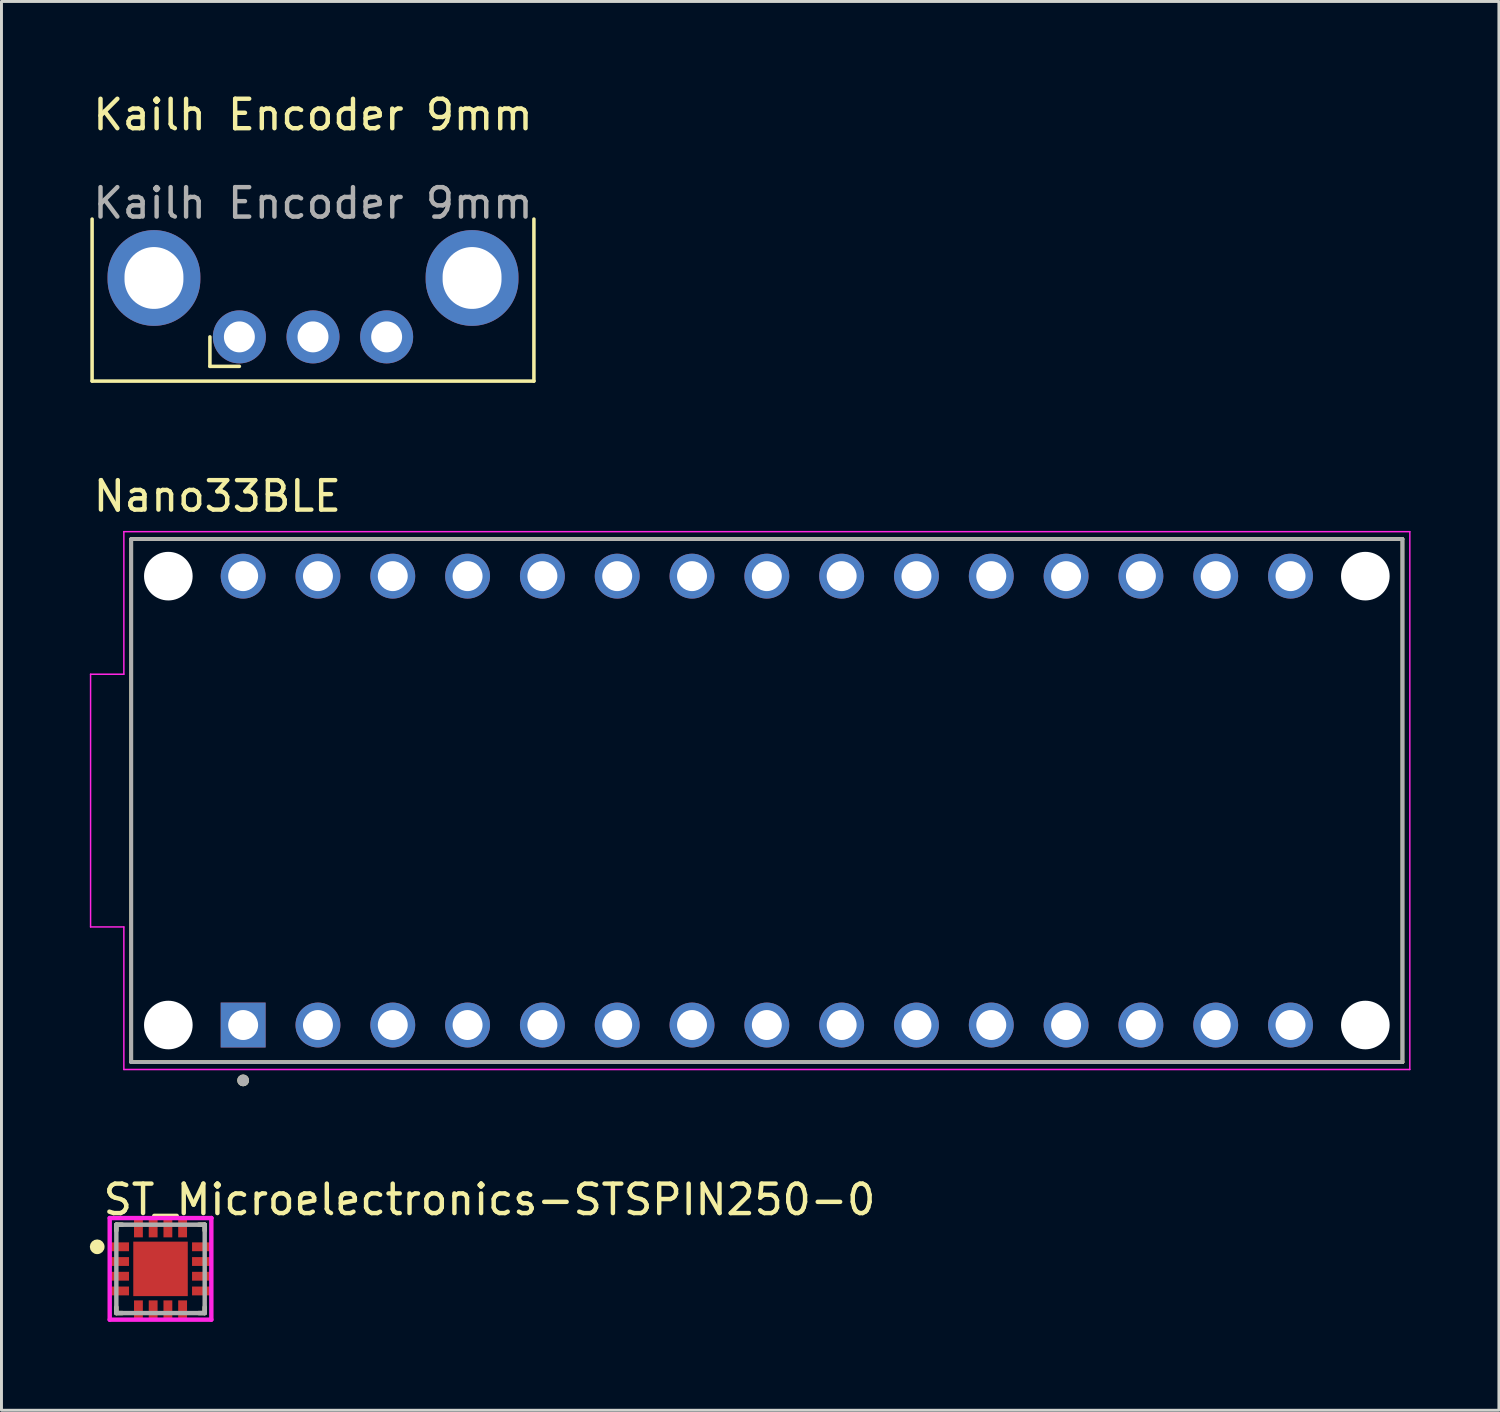
<source format=kicad_pcb>
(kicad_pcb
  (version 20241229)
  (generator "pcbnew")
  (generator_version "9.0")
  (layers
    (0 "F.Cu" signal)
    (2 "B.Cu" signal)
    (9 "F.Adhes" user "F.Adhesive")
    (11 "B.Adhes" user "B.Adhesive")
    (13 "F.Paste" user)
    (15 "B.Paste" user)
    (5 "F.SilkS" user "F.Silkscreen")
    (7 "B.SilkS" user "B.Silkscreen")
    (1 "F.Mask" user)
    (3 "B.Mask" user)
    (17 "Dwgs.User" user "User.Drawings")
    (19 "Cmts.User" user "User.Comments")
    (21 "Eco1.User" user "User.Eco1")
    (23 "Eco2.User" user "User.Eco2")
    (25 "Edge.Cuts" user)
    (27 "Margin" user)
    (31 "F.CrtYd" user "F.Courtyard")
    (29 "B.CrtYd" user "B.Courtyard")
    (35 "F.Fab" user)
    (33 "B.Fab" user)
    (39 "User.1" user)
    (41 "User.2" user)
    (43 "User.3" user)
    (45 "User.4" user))
  (footprint "Kailh Encoder 9mm"
    (layer "F.Cu")
    (at 7.577 6.388)
    (property "Reference" "Kailh Encoder 9mm" (at 0 -5.54 0) (unlocked yes) (layer "F.SilkS") (effects (font (size 1 1) (thickness 0.15))))
    (attr through_hole)
    (fp_line (start -7.5 -2) (end -7.5 3.5) (stroke (width 0.12) (type solid)) (layer "F.SilkS"))
    (fp_line (start -7.5 3.5) (end 7.5 3.5) (stroke (width 0.12) (type solid)) (layer "F.SilkS"))
    (fp_line (start -3.5 2) (end -3.5 3) (stroke (width 0.12) (type solid)) (layer "F.SilkS"))
    (fp_line (start -3.5 3) (end -2.5 3) (stroke (width 0.12) (type solid)) (layer "F.SilkS"))
    (fp_line (start 7.5 3.5) (end 7.5 -2) (stroke (width 0.12) (type solid)) (layer "F.SilkS"))
    (fp_text user "${REFERENCE}" (at 0 -2.54 0) (unlocked yes) (layer "F.Fab") (effects (font (size 1 1) (thickness 0.15))))
    (pad "1" thru_hole circle (at -2.5 2) (size 1.8 1.8) (drill 1.05) (layers "*.Cu" "*.Mask"))
    (pad "2" thru_hole circle (at 0 2) (size 1.8 1.8) (drill 1.05) (layers "*.Cu" "*.Mask"))
    (pad "3" thru_hole circle (at 2.5 2) (size 1.8 1.8) (drill 1.05) (layers "*.Cu" "*.Mask"))
    (pad "4" thru_hole oval (at -5.4 0) (size 3.15 3.25) (drill oval 2 2.1) (layers "*.Cu" "*.Mask"))
    (pad "4" thru_hole oval (at 5.4 0) (size 3.15 3.25) (drill oval 2 2.1) (layers "*.Cu" "*.Mask")))
  (footprint "Nano33BLE"
    (layer "F.Cu")
    (at 22.985 24.131)
    (property "Reference" "Nano33BLE" (at -18.655 -10.335 0) (layer "F.SilkS") (effects (font (size 1 1) (thickness 0.15))))
    (attr through_hole)
    (fp_line (start -21.58 -8.88) (end 21.58 -8.88) (stroke (width 0.127) (type solid)) (layer "F.SilkS"))
    (fp_line (start -21.58 8.88) (end -21.58 -8.88) (stroke (width 0.127) (type solid)) (layer "F.SilkS"))
    (fp_line (start 21.58 -8.88) (end 21.58 8.88) (stroke (width 0.127) (type solid)) (layer "F.SilkS"))
    (fp_line (start 21.58 8.88) (end -21.58 8.88) (stroke (width 0.127) (type solid)) (layer "F.SilkS"))
    (fp_circle (center -17.78 9.5) (end -17.68 9.5) (stroke (width 0.2) (type solid)) (fill no) (layer "F.SilkS"))
    (fp_line (start -22.96 -4.29) (end -21.83 -4.29) (stroke (width 0.05) (type solid)) (layer "F.CrtYd"))
    (fp_line (start -22.96 4.29) (end -22.96 -4.29) (stroke (width 0.05) (type solid)) (layer "F.CrtYd"))
    (fp_line (start -21.83 -9.13) (end 21.83 -9.13) (stroke (width 0.05) (type solid)) (layer "F.CrtYd"))
    (fp_line (start -21.83 -4.29) (end -21.83 -9.13) (stroke (width 0.05) (type solid)) (layer "F.CrtYd"))
    (fp_line (start -21.83 4.29) (end -22.96 4.29) (stroke (width 0.05) (type solid)) (layer "F.CrtYd"))
    (fp_line (start -21.83 9.13) (end -21.83 4.29) (stroke (width 0.05) (type solid)) (layer "F.CrtYd"))
    (fp_line (start 21.83 -9.13) (end 21.83 9.13) (stroke (width 0.05) (type solid)) (layer "F.CrtYd"))
    (fp_line (start 21.83 9.13) (end -21.83 9.13) (stroke (width 0.05) (type solid)) (layer "F.CrtYd"))
    (fp_line (start -21.58 -8.88) (end 21.58 -8.88) (stroke (width 0.127) (type solid)) (layer "F.Fab"))
    (fp_line (start -21.58 8.88) (end -21.58 -8.88) (stroke (width 0.127) (type solid)) (layer "F.Fab"))
    (fp_line (start 21.58 -8.88) (end 21.58 8.88) (stroke (width 0.127) (type solid)) (layer "F.Fab"))
    (fp_line (start 21.58 8.88) (end -21.58 8.88) (stroke (width 0.127) (type solid)) (layer "F.Fab"))
    (fp_circle (center -17.78 9.5) (end -17.68 9.5) (stroke (width 0.2) (type solid)) (fill no) (layer "F.Fab"))
    (pad "" np_thru_hole circle (at -20.32 -7.62) (size 1.65 1.65) (drill 1.65) (layers "*.Cu" "*.Mask"))
    (pad "" np_thru_hole circle (at -20.32 7.62) (size 1.65 1.65) (drill 1.65) (layers "*.Cu" "*.Mask"))
    (pad "" np_thru_hole circle (at 20.32 -7.62) (size 1.65 1.65) (drill 1.65) (layers "*.Cu" "*.Mask"))
    (pad "" np_thru_hole circle (at 20.32 7.62) (size 1.65 1.65) (drill 1.65) (layers "*.Cu" "*.Mask"))
    (pad "1" thru_hole rect (at -17.78 7.62) (size 1.524 1.524) (drill 1.016) (layers "*.Cu" "*.Mask"))
    (pad "2" thru_hole circle (at -15.24 7.62) (size 1.524 1.524) (drill 1.016) (layers "*.Cu" "*.Mask"))
    (pad "3" thru_hole circle (at -12.7 7.62) (size 1.524 1.524) (drill 1.016) (layers "*.Cu" "*.Mask"))
    (pad "4" thru_hole circle (at -10.16 7.62) (size 1.524 1.524) (drill 1.016) (layers "*.Cu" "*.Mask"))
    (pad "5" thru_hole circle (at -7.62 7.62) (size 1.524 1.524) (drill 1.016) (layers "*.Cu" "*.Mask"))
    (pad "6" thru_hole circle (at -5.08 7.62) (size 1.524 1.524) (drill 1.016) (layers "*.Cu" "*.Mask"))
    (pad "7" thru_hole circle (at -2.54 7.62) (size 1.524 1.524) (drill 1.016) (layers "*.Cu" "*.Mask"))
    (pad "8" thru_hole circle (at 0 7.62) (size 1.524 1.524) (drill 1.016) (layers "*.Cu" "*.Mask"))
    (pad "9" thru_hole circle (at 2.54 7.62) (size 1.524 1.524) (drill 1.016) (layers "*.Cu" "*.Mask"))
    (pad "10" thru_hole circle (at 5.08 7.62) (size 1.524 1.524) (drill 1.016) (layers "*.Cu" "*.Mask"))
    (pad "11" thru_hole circle (at 7.62 7.62) (size 1.524 1.524) (drill 1.016) (layers "*.Cu" "*.Mask"))
    (pad "12" thru_hole circle (at 10.16 7.62) (size 1.524 1.524) (drill 1.016) (layers "*.Cu" "*.Mask"))
    (pad "13" thru_hole circle (at 12.7 7.62) (size 1.524 1.524) (drill 1.016) (layers "*.Cu" "*.Mask"))
    (pad "14" thru_hole circle (at 15.24 7.62) (size 1.524 1.524) (drill 1.016) (layers "*.Cu" "*.Mask"))
    (pad "15" thru_hole circle (at 17.78 7.62) (size 1.524 1.524) (drill 1.016) (layers "*.Cu" "*.Mask"))
    (pad "16" thru_hole circle (at 17.78 -7.62) (size 1.524 1.524) (drill 1.016) (layers "*.Cu" "*.Mask"))
    (pad "17" thru_hole circle (at 15.24 -7.62) (size 1.524 1.524) (drill 1.016) (layers "*.Cu" "*.Mask"))
    (pad "18" thru_hole circle (at 12.7 -7.62) (size 1.524 1.524) (drill 1.016) (layers "*.Cu" "*.Mask"))
    (pad "19" thru_hole circle (at 10.16 -7.62) (size 1.524 1.524) (drill 1.016) (layers "*.Cu" "*.Mask"))
    (pad "20" thru_hole circle (at 7.62 -7.62) (size 1.524 1.524) (drill 1.016) (layers "*.Cu" "*.Mask"))
    (pad "21" thru_hole circle (at 5.08 -7.62) (size 1.524 1.524) (drill 1.016) (layers "*.Cu" "*.Mask"))
    (pad "22" thru_hole circle (at 2.54 -7.62) (size 1.524 1.524) (drill 1.016) (layers "*.Cu" "*.Mask"))
    (pad "23" thru_hole circle (at 0 -7.62) (size 1.524 1.524) (drill 1.016) (layers "*.Cu" "*.Mask"))
    (pad "24" thru_hole circle (at -2.54 -7.62) (size 1.524 1.524) (drill 1.016) (layers "*.Cu" "*.Mask"))
    (pad "25" thru_hole circle (at -5.08 -7.62) (size 1.524 1.524) (drill 1.016) (layers "*.Cu" "*.Mask"))
    (pad "26" thru_hole circle (at -7.62 -7.62) (size 1.524 1.524) (drill 1.016) (layers "*.Cu" "*.Mask"))
    (pad "27" thru_hole circle (at -10.16 -7.62) (size 1.524 1.524) (drill 1.016) (layers "*.Cu" "*.Mask"))
    (pad "28" thru_hole circle (at -12.7 -7.62) (size 1.524 1.524) (drill 1.016) (layers "*.Cu" "*.Mask"))
    (pad "29" thru_hole circle (at -15.24 -7.62) (size 1.524 1.524) (drill 1.016) (layers "*.Cu" "*.Mask"))
    (pad "30" thru_hole circle (at -17.78 -7.62) (size 1.524 1.524) (drill 1.016) (layers "*.Cu" "*.Mask")))
  (footprint "ST_Microelectronics-STSPIN250-0"
    (layer "F.Cu")
    (at 2.4 40.03)
    (property "Reference" "ST_Microelectronics-STSPIN250-0" (at -2.025 -2.35 0) (layer "F.SilkS") (effects (font (size 1 1) (thickness 0.15)) (justify left)))
    (attr smd)
    (fp_line (start -1.5 -1.3) (end -1.5 -1.5) (stroke (width 0.15) (type solid)) (layer "F.SilkS"))
    (fp_line (start -1.5 1.3) (end -1.5 1.5) (stroke (width 0.15) (type solid)) (layer "F.SilkS"))
    (fp_line (start -1.3 -1.5) (end -1.5 -1.5) (stroke (width 0.15) (type solid)) (layer "F.SilkS"))
    (fp_line (start -1.3 1.5) (end -1.5 1.5) (stroke (width 0.15) (type solid)) (layer "F.SilkS"))
    (fp_line (start 1.3 -1.5) (end 1.5 -1.5) (stroke (width 0.15) (type solid)) (layer "F.SilkS"))
    (fp_line (start 1.3 1.5) (end 1.5 1.5) (stroke (width 0.15) (type solid)) (layer "F.SilkS"))
    (fp_line (start 1.5 -1.3) (end 1.5 -1.5) (stroke (width 0.15) (type solid)) (layer "F.SilkS"))
    (fp_line (start 1.5 1.3) (end 1.5 1.5) (stroke (width 0.15) (type solid)) (layer "F.SilkS"))
    (fp_circle (center -2.15 -0.75) (end -2.025 -0.75) (stroke (width 0.25) (type solid)) (fill no) (layer "F.SilkS"))
    (fp_line (start -1.725 -1.725) (end -1.725 1.725) (stroke (width 0.15) (type solid)) (layer "F.CrtYd"))
    (fp_line (start -1.725 1.725) (end 1.725 1.725) (stroke (width 0.15) (type solid)) (layer "F.CrtYd"))
    (fp_line (start 1.725 -1.725) (end -1.725 -1.725) (stroke (width 0.15) (type solid)) (layer "F.CrtYd"))
    (fp_line (start 1.725 -1.725) (end 1.725 -1.725) (stroke (width 0.15) (type solid)) (layer "F.CrtYd"))
    (fp_line (start 1.725 1.725) (end 1.725 -1.725) (stroke (width 0.15) (type solid)) (layer "F.CrtYd"))
    (fp_line (start -1.5 -1.5) (end 1.5 -1.5) (stroke (width 0.15) (type solid)) (layer "F.Fab"))
    (fp_line (start -1.5 1.5) (end -1.5 -1.5) (stroke (width 0.15) (type solid)) (layer "F.Fab"))
    (fp_line (start 1.5 -1.5) (end 1.5 1.5) (stroke (width 0.15) (type solid)) (layer "F.Fab"))
    (fp_line (start 1.5 1.5) (end -1.5 1.5) (stroke (width 0.15) (type solid)) (layer "F.Fab"))
    (pad "1" smd rect (at -1.385 -0.75) (size 0.63 0.3) (layers "F.Cu" "F.Mask" "F.Paste"))
    (pad "2" smd rect (at -1.385 -0.25) (size 0.63 0.3) (layers "F.Cu" "F.Mask" "F.Paste"))
    (pad "3" smd rect (at -1.385 0.25) (size 0.63 0.3) (layers "F.Cu" "F.Mask" "F.Paste"))
    (pad "4" smd rect (at -1.385 0.75) (size 0.63 0.3) (layers "F.Cu" "F.Mask" "F.Paste"))
    (pad "5" smd rect (at -0.75 1.385) (size 0.3 0.63) (layers "F.Cu" "F.Mask" "F.Paste"))
    (pad "6" smd rect (at -0.25 1.385) (size 0.3 0.63) (layers "F.Cu" "F.Mask" "F.Paste"))
    (pad "7" smd rect (at 0 0) (size 1.85 1.85) (layers "F.Cu" "F.Mask" "F.Paste"))
    (pad "7" smd rect (at 0.25 1.385) (size 0.3 0.63) (layers "F.Cu" "F.Mask" "F.Paste"))
    (pad "8" smd rect (at 0.75 1.385) (size 0.3 0.63) (layers "F.Cu" "F.Mask" "F.Paste"))
    (pad "9" smd rect (at 1.385 0.75) (size 0.63 0.3) (layers "F.Cu" "F.Mask" "F.Paste"))
    (pad "10" smd rect (at 1.385 0.25) (size 0.63 0.3) (layers "F.Cu" "F.Mask" "F.Paste"))
    (pad "11" smd rect (at 1.385 -0.25) (size 0.63 0.3) (layers "F.Cu" "F.Mask" "F.Paste"))
    (pad "12" smd rect (at 1.385 -0.75) (size 0.63 0.3) (layers "F.Cu" "F.Mask" "F.Paste"))
    (pad "13" smd rect (at 0.75 -1.385) (size 0.3 0.63) (layers "F.Cu" "F.Mask" "F.Paste"))
    (pad "14" smd rect (at 0.25 -1.385) (size 0.3 0.63) (layers "F.Cu" "F.Mask" "F.Paste"))
    (pad "15" smd rect (at -0.25 -1.385) (size 0.3 0.63) (layers "F.Cu" "F.Mask" "F.Paste"))
    (pad "16" smd rect (at -0.75 -1.385) (size 0.3 0.63) (layers "F.Cu" "F.Mask" "F.Paste")))
  (gr_rect
    (start -3 -3)
    (end 47.84 44.83)
    (stroke (width 0.1) (type default))
    (fill no)
    (layer "Edge.Cuts")))
</source>
